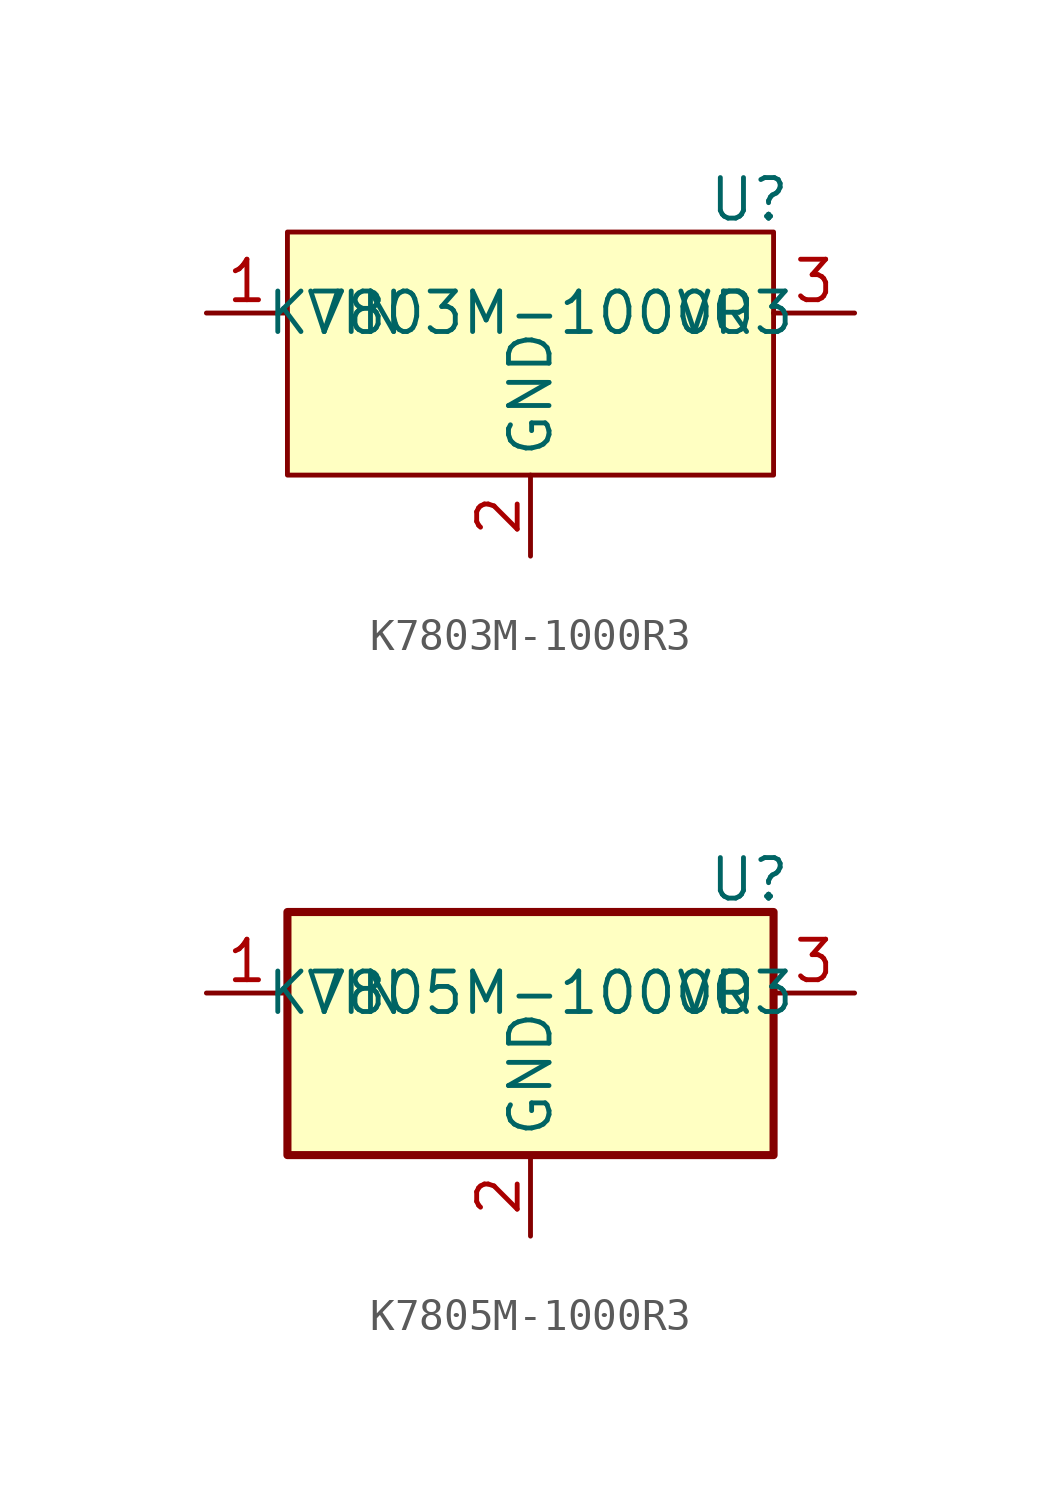
<source format=kicad_sym>
(kicad_symbol_lib
  (version 20241209)
  (generator "kicad_symbol_editor")
  (generator_version "9.0")
  (symbol "K7803M-1000R3"
    (property "Reference" "U"
      (at 6.858 3.556 0)
      (effects (font (size 1.27 1.27))))
    (property "Value" "K7803M-1000R3"
      (at 0 0 0)
      (effects (font (size 1.27 1.27))))
    (symbol "K7803M-1000R3_0_0"
      (pin power_in line (at -10.16 0 0) (length 2.54) (name "VIN" (effects (font (size 1.27 1.27)))) (number "1" (effects (font (size 1.27 1.27)))))
      (pin power_out line (at 0 -7.62 90) (length 2.54) (name "GND" (effects (font (size 1.27 1.27)))) (number "2" (effects (font (size 1.27 1.27)))))
      (pin power_out line (at 10.16 0 180) (length 2.54) (name "VO" (effects (font (size 1.27 1.27)))) (number "3" (effects (font (size 1.27 1.27))))))
    (symbol "K7803M-1000R3_1_1"
      (rectangle (start -7.62 2.54) (end 7.62 -5.08) (stroke (width 0) (type solid)) (fill (type background)))))
  (symbol "K7805M-1000R3"
    (property "Reference" "U"
      (at 6.858 3.556 0)
      (effects (font (size 1.27 1.27))))
    (property "Value" "K7805M-1000R3"
      (at 0 0 0)
      (effects (font (size 1.27 1.27))))
    (symbol "K7805M-1000R3_0_0"
      (pin power_in line (at -10.16 0 0) (length 2.54) (name "VIN" (effects (font (size 1.27 1.27)))) (number "1" (effects (font (size 1.27 1.27)))))
      (pin power_out line (at 0 -7.62 90) (length 2.54) (name "GND" (effects (font (size 1.27 1.27)))) (number "2" (effects (font (size 1.27 1.27)))))
      (pin power_out line (at 10.16 0 180) (length 2.54) (name "VO" (effects (font (size 1.27 1.27)))) (number "3" (effects (font (size 1.27 1.27))))))
    (symbol "K7805M-1000R3_1_1"
      (rectangle (start -7.62 2.54) (end 7.62 -5.08) (stroke (width 0.254) (type solid)) (fill (type background))))))
</source>
